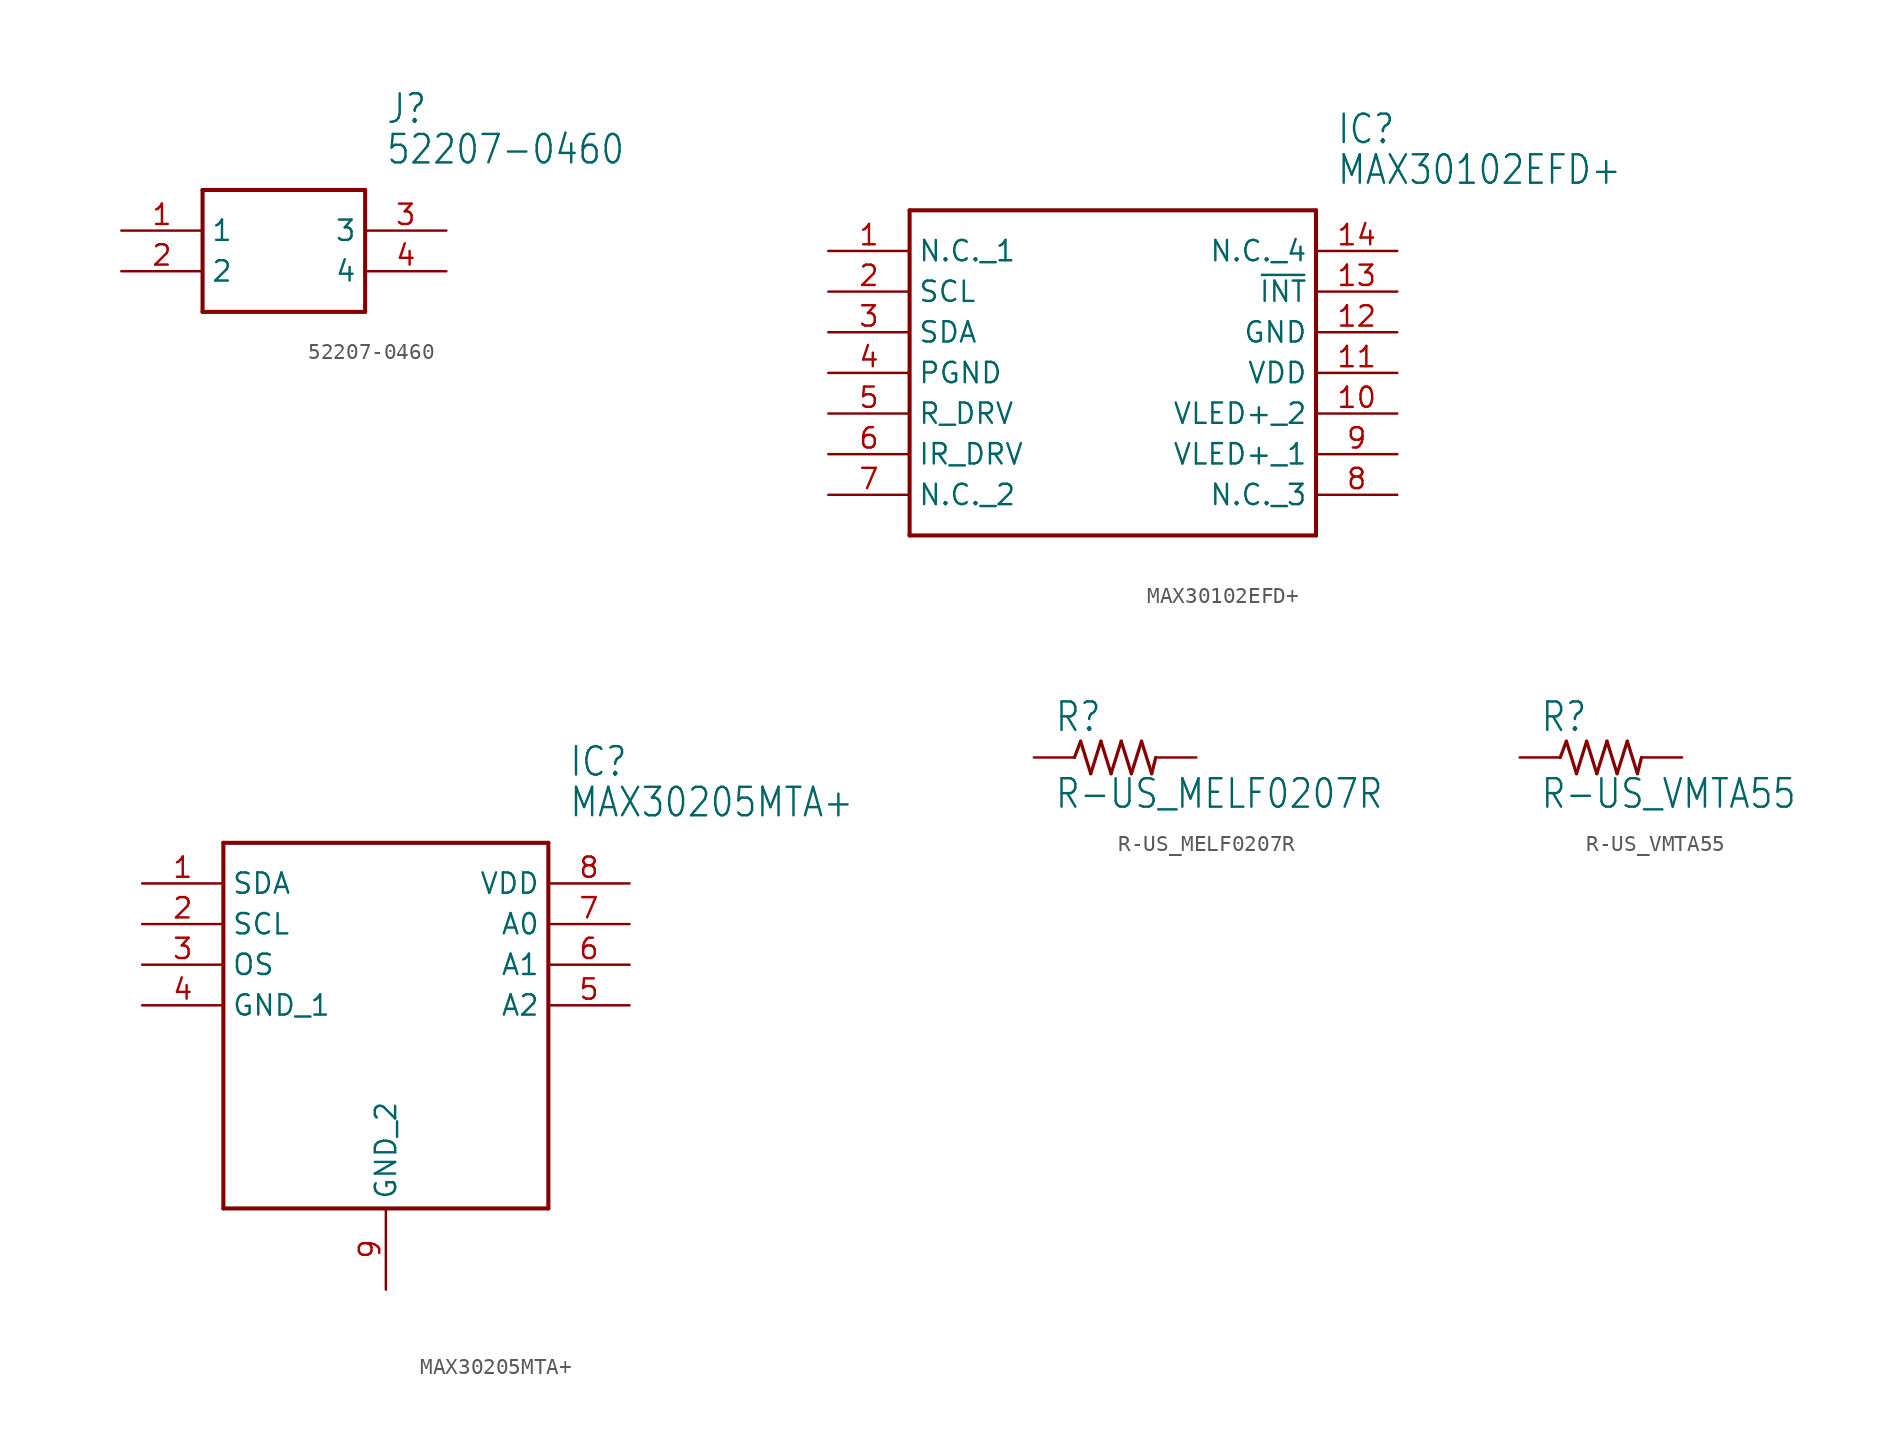
<source format=kicad_sym>
(kicad_symbol_lib
  (version 20211014)
  (generator kicad_symbol_editor)
  (symbol "52207-0460"
    (property "Reference" "J"
      (at 16.51 7.62 0)
      (effects (font (size 1.778 1.511)) (justify left)))
    (property "Value" "52207-0460"
      (at 16.51 5.08 0)
      (effects (font (size 1.778 1.511)) (justify left)))
    (property "ki_locked" ""
      (at 0 0 0)
      (effects (font (size 1.27 1.27))))
    (symbol "52207-0460_1_0"
      (polyline (pts (xy 5.08 2.54) (xy 5.08 -5.08)) (stroke (width 0.254) (type default) (color 0 0 0 0)) (fill (type none)))
      (polyline (pts (xy 5.08 2.54) (xy 15.24 2.54)) (stroke (width 0.254) (type default) (color 0 0 0 0)) (fill (type none)))
      (polyline (pts (xy 15.24 -5.08) (xy 5.08 -5.08)) (stroke (width 0.254) (type default) (color 0 0 0 0)) (fill (type none)))
      (polyline (pts (xy 15.24 -5.08) (xy 15.24 2.54)) (stroke (width 0.254) (type default) (color 0 0 0 0)) (fill (type none)))
      (pin bidirectional line (at 0 0 0) (length 5.08) (name "1" (effects (font (size 1.27 1.27)))) (number "1" (effects (font (size 1.27 1.27)))))
      (pin bidirectional line (at 0 -2.54 0) (length 5.08) (name "2" (effects (font (size 1.27 1.27)))) (number "2" (effects (font (size 1.27 1.27)))))
      (pin bidirectional line (at 20.32 0 180) (length 5.08) (name "3" (effects (font (size 1.27 1.27)))) (number "3" (effects (font (size 1.27 1.27)))))
      (pin bidirectional line (at 20.32 -2.54 180) (length 5.08) (name "4" (effects (font (size 1.27 1.27)))) (number "4" (effects (font (size 1.27 1.27)))))))
  (symbol "MAX30102EFD+"
    (property "Reference" "IC"
      (at 31.75 7.62 0)
      (effects (font (size 1.778 1.511)) (justify left)))
    (property "Value" "MAX30102EFD+"
      (at 31.75 5.08 0)
      (effects (font (size 1.778 1.511)) (justify left)))
    (property "ki_locked" ""
      (at 0 0 0)
      (effects (font (size 1.27 1.27))))
    (symbol "MAX30102EFD+_1_0"
      (polyline (pts (xy 5.08 2.54) (xy 5.08 -17.78)) (stroke (width 0.254) (type default) (color 0 0 0 0)) (fill (type none)))
      (polyline (pts (xy 5.08 2.54) (xy 30.48 2.54)) (stroke (width 0.254) (type default) (color 0 0 0 0)) (fill (type none)))
      (polyline (pts (xy 30.48 -17.78) (xy 5.08 -17.78)) (stroke (width 0.254) (type default) (color 0 0 0 0)) (fill (type none)))
      (polyline (pts (xy 30.48 -17.78) (xy 30.48 2.54)) (stroke (width 0.254) (type default) (color 0 0 0 0)) (fill (type none)))
      (pin bidirectional line (at 0 0 0) (length 5.08) (name "N.C._1" (effects (font (size 1.27 1.27)))) (number "1" (effects (font (size 1.27 1.27)))))
      (pin bidirectional line (at 35.56 -10.16 180) (length 5.08) (name "VLED+_2" (effects (font (size 1.27 1.27)))) (number "10" (effects (font (size 1.27 1.27)))))
      (pin bidirectional line (at 35.56 -7.62 180) (length 5.08) (name "VDD" (effects (font (size 1.27 1.27)))) (number "11" (effects (font (size 1.27 1.27)))))
      (pin bidirectional line (at 35.56 -5.08 180) (length 5.08) (name "GND" (effects (font (size 1.27 1.27)))) (number "12" (effects (font (size 1.27 1.27)))))
      (pin bidirectional line (at 35.56 -2.54 180) (length 5.08) (name "~{INT}" (effects (font (size 1.27 1.27)))) (number "13" (effects (font (size 1.27 1.27)))))
      (pin bidirectional line (at 35.56 0 180) (length 5.08) (name "N.C._4" (effects (font (size 1.27 1.27)))) (number "14" (effects (font (size 1.27 1.27)))))
      (pin bidirectional line (at 0 -2.54 0) (length 5.08) (name "SCL" (effects (font (size 1.27 1.27)))) (number "2" (effects (font (size 1.27 1.27)))))
      (pin bidirectional line (at 0 -5.08 0) (length 5.08) (name "SDA" (effects (font (size 1.27 1.27)))) (number "3" (effects (font (size 1.27 1.27)))))
      (pin bidirectional line (at 0 -7.62 0) (length 5.08) (name "PGND" (effects (font (size 1.27 1.27)))) (number "4" (effects (font (size 1.27 1.27)))))
      (pin bidirectional line (at 0 -10.16 0) (length 5.08) (name "R_DRV" (effects (font (size 1.27 1.27)))) (number "5" (effects (font (size 1.27 1.27)))))
      (pin bidirectional line (at 0 -12.7 0) (length 5.08) (name "IR_DRV" (effects (font (size 1.27 1.27)))) (number "6" (effects (font (size 1.27 1.27)))))
      (pin bidirectional line (at 0 -15.24 0) (length 5.08) (name "N.C._2" (effects (font (size 1.27 1.27)))) (number "7" (effects (font (size 1.27 1.27)))))
      (pin bidirectional line (at 35.56 -15.24 180) (length 5.08) (name "N.C._3" (effects (font (size 1.27 1.27)))) (number "8" (effects (font (size 1.27 1.27)))))
      (pin bidirectional line (at 35.56 -12.7 180) (length 5.08) (name "VLED+_1" (effects (font (size 1.27 1.27)))) (number "9" (effects (font (size 1.27 1.27)))))))
  (symbol "MAX30205MTA+"
    (property "Reference" "IC"
      (at 26.67 7.62 0)
      (effects (font (size 1.778 1.511)) (justify left)))
    (property "Value" "MAX30205MTA+"
      (at 26.67 5.08 0)
      (effects (font (size 1.778 1.511)) (justify left)))
    (property "ki_locked" ""
      (at 0 0 0)
      (effects (font (size 1.27 1.27))))
    (symbol "MAX30205MTA+_1_0"
      (polyline (pts (xy 5.08 2.54) (xy 5.08 -20.32)) (stroke (width 0.254) (type default) (color 0 0 0 0)) (fill (type none)))
      (polyline (pts (xy 5.08 2.54) (xy 25.4 2.54)) (stroke (width 0.254) (type default) (color 0 0 0 0)) (fill (type none)))
      (polyline (pts (xy 25.4 -20.32) (xy 5.08 -20.32)) (stroke (width 0.254) (type default) (color 0 0 0 0)) (fill (type none)))
      (polyline (pts (xy 25.4 -20.32) (xy 25.4 2.54)) (stroke (width 0.254) (type default) (color 0 0 0 0)) (fill (type none)))
      (pin bidirectional line (at 0 0 0) (length 5.08) (name "SDA" (effects (font (size 1.27 1.27)))) (number "1" (effects (font (size 1.27 1.27)))))
      (pin bidirectional line (at 0 -2.54 0) (length 5.08) (name "SCL" (effects (font (size 1.27 1.27)))) (number "2" (effects (font (size 1.27 1.27)))))
      (pin bidirectional line (at 0 -5.08 0) (length 5.08) (name "OS" (effects (font (size 1.27 1.27)))) (number "3" (effects (font (size 1.27 1.27)))))
      (pin bidirectional line (at 0 -7.62 0) (length 5.08) (name "GND_1" (effects (font (size 1.27 1.27)))) (number "4" (effects (font (size 1.27 1.27)))))
      (pin bidirectional line (at 30.48 -7.62 180) (length 5.08) (name "A2" (effects (font (size 1.27 1.27)))) (number "5" (effects (font (size 1.27 1.27)))))
      (pin bidirectional line (at 30.48 -5.08 180) (length 5.08) (name "A1" (effects (font (size 1.27 1.27)))) (number "6" (effects (font (size 1.27 1.27)))))
      (pin bidirectional line (at 30.48 -2.54 180) (length 5.08) (name "A0" (effects (font (size 1.27 1.27)))) (number "7" (effects (font (size 1.27 1.27)))))
      (pin bidirectional line (at 30.48 0 180) (length 5.08) (name "VDD" (effects (font (size 1.27 1.27)))) (number "8" (effects (font (size 1.27 1.27)))))
      (pin bidirectional line (at 15.24 -25.4 90) (length 5.08) (name "GND_2" (effects (font (size 1.27 1.27)))) (number "9" (effects (font (size 1.27 1.27)))))))
  (symbol "R-US_MELF0207R"
    (property "Reference" "R"
      (at -3.81 1.499 0)
      (effects (font (size 1.778 1.511)) (justify left bottom)))
    (property "Value" "R-US_MELF0207R"
      (at -3.81 -3.302 0)
      (effects (font (size 1.778 1.511)) (justify left bottom)))
    (property "ki_locked" ""
      (at 0 0 0)
      (effects (font (size 1.27 1.27))))
    (symbol "R-US_MELF0207R_1_0"
      (polyline (pts (xy -2.54 0) (xy -2.159 1.016)) (stroke (width 0.203) (type default) (color 0 0 0 0)) (fill (type none)))
      (polyline (pts (xy -2.159 1.016) (xy -1.524 -1.016)) (stroke (width 0.203) (type default) (color 0 0 0 0)) (fill (type none)))
      (polyline (pts (xy -1.524 -1.016) (xy -0.889 1.016)) (stroke (width 0.203) (type default) (color 0 0 0 0)) (fill (type none)))
      (polyline (pts (xy -0.889 1.016) (xy -0.254 -1.016)) (stroke (width 0.203) (type default) (color 0 0 0 0)) (fill (type none)))
      (polyline (pts (xy -0.254 -1.016) (xy 0.381 1.016)) (stroke (width 0.203) (type default) (color 0 0 0 0)) (fill (type none)))
      (polyline (pts (xy 0.381 1.016) (xy 1.016 -1.016)) (stroke (width 0.203) (type default) (color 0 0 0 0)) (fill (type none)))
      (polyline (pts (xy 1.016 -1.016) (xy 1.651 1.016)) (stroke (width 0.203) (type default) (color 0 0 0 0)) (fill (type none)))
      (polyline (pts (xy 1.651 1.016) (xy 2.286 -1.016)) (stroke (width 0.203) (type default) (color 0 0 0 0)) (fill (type none)))
      (polyline (pts (xy 2.286 -1.016) (xy 2.54 0)) (stroke (width 0.203) (type default) (color 0 0 0 0)) (fill (type none)))
      (pin passive line (at -5.08 0 0) (length 2.54) (name "1" (effects (font (size 0 0)))) (number "1" (effects (font (size 0 0)))))
      (pin passive line (at 5.08 0 180) (length 2.54) (name "2" (effects (font (size 0 0)))) (number "2" (effects (font (size 0 0)))))))
  (symbol "R-US_VMTA55"
    (property "Reference" "R"
      (at -3.81 1.499 0)
      (effects (font (size 1.778 1.511)) (justify left bottom)))
    (property "Value" "R-US_VMTA55"
      (at -3.81 -3.302 0)
      (effects (font (size 1.778 1.511)) (justify left bottom)))
    (property "ki_locked" ""
      (at 0 0 0)
      (effects (font (size 1.27 1.27))))
    (symbol "R-US_VMTA55_1_0"
      (polyline (pts (xy -2.54 0) (xy -2.159 1.016)) (stroke (width 0.203) (type default) (color 0 0 0 0)) (fill (type none)))
      (polyline (pts (xy -2.159 1.016) (xy -1.524 -1.016)) (stroke (width 0.203) (type default) (color 0 0 0 0)) (fill (type none)))
      (polyline (pts (xy -1.524 -1.016) (xy -0.889 1.016)) (stroke (width 0.203) (type default) (color 0 0 0 0)) (fill (type none)))
      (polyline (pts (xy -0.889 1.016) (xy -0.254 -1.016)) (stroke (width 0.203) (type default) (color 0 0 0 0)) (fill (type none)))
      (polyline (pts (xy -0.254 -1.016) (xy 0.381 1.016)) (stroke (width 0.203) (type default) (color 0 0 0 0)) (fill (type none)))
      (polyline (pts (xy 0.381 1.016) (xy 1.016 -1.016)) (stroke (width 0.203) (type default) (color 0 0 0 0)) (fill (type none)))
      (polyline (pts (xy 1.016 -1.016) (xy 1.651 1.016)) (stroke (width 0.203) (type default) (color 0 0 0 0)) (fill (type none)))
      (polyline (pts (xy 1.651 1.016) (xy 2.286 -1.016)) (stroke (width 0.203) (type default) (color 0 0 0 0)) (fill (type none)))
      (polyline (pts (xy 2.286 -1.016) (xy 2.54 0)) (stroke (width 0.203) (type default) (color 0 0 0 0)) (fill (type none)))
      (pin passive line (at -5.08 0 0) (length 2.54) (name "1" (effects (font (size 0 0)))) (number "1" (effects (font (size 0 0)))))
      (pin passive line (at 5.08 0 180) (length 2.54) (name "2" (effects (font (size 0 0)))) (number "2" (effects (font (size 0 0))))))))
</source>
